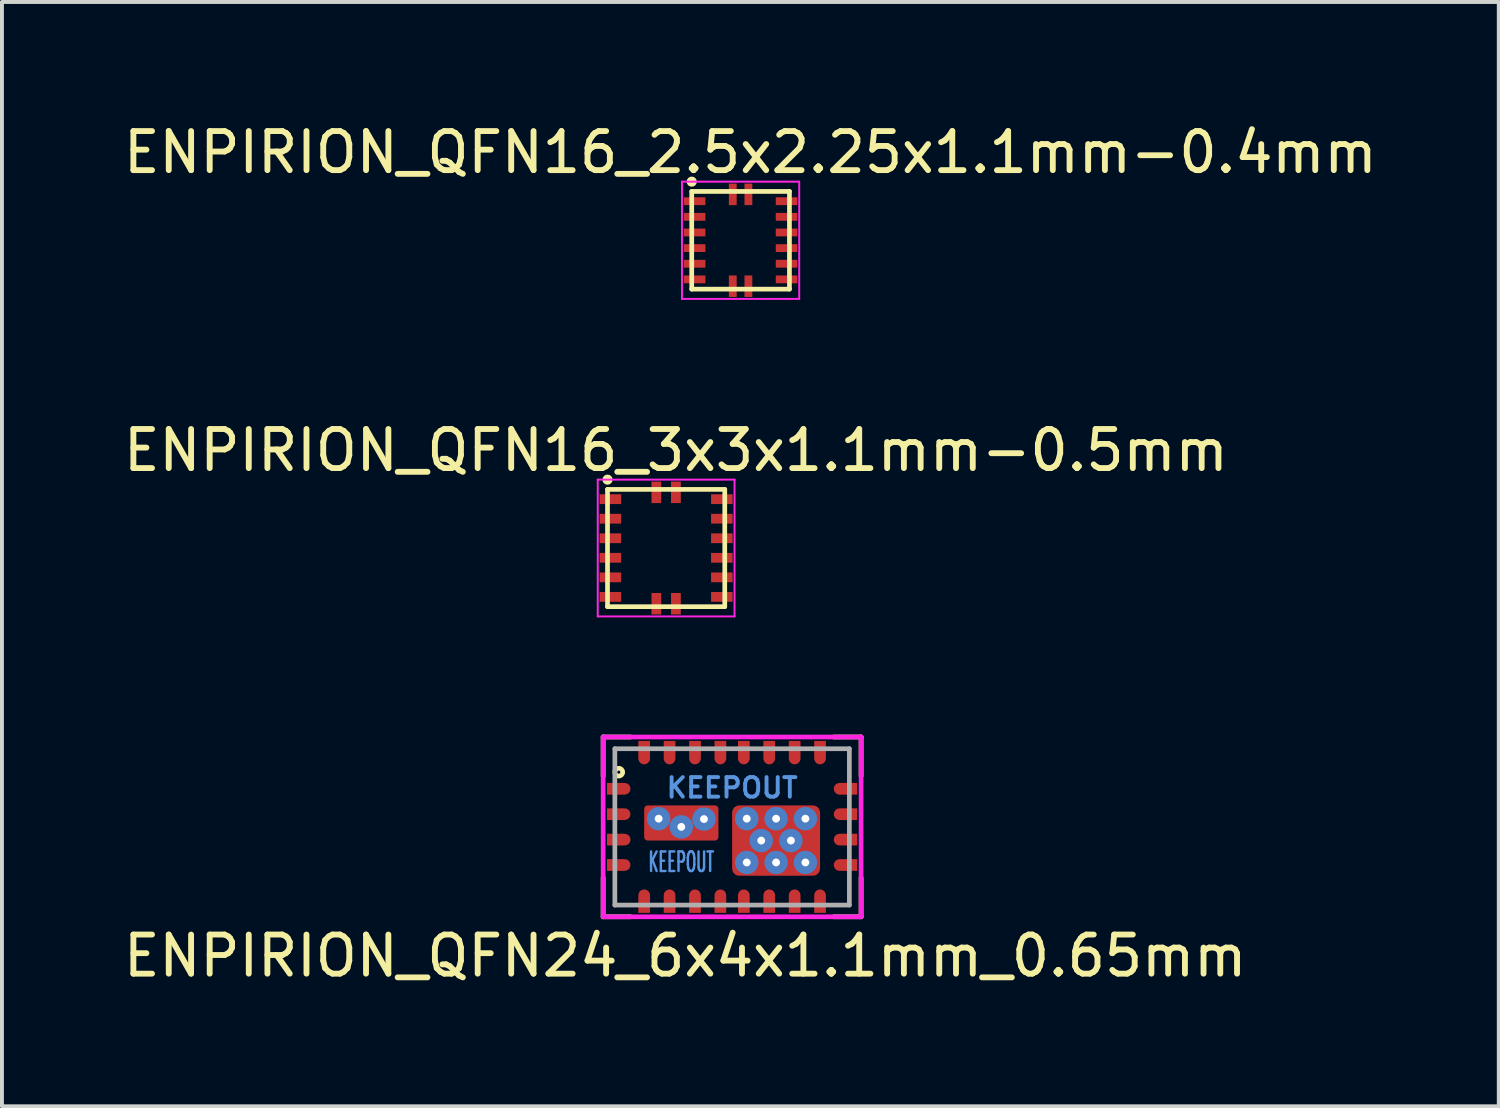
<source format=kicad_pcb>
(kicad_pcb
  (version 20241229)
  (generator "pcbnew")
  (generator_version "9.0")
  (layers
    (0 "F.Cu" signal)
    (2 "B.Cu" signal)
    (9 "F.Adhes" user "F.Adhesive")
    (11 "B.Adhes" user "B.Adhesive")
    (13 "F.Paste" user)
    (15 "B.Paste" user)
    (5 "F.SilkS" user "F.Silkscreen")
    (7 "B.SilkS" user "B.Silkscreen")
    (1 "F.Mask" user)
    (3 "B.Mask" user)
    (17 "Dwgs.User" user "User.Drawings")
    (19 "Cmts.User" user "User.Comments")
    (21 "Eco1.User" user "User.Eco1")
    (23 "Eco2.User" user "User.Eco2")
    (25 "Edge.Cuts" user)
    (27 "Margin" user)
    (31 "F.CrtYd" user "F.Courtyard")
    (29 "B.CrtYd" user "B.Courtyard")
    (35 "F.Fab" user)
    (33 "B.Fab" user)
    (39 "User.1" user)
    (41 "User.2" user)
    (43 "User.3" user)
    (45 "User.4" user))
  (footprint "ENPIRION_QFN24_6x4x1.1mm_0.65mm"
    (layer "F.Cu")
    (at 15.682 18.107)
    (property "Reference" "ENPIRION_QFN24_6x4x1.1mm_0.65mm" (at -1.2 3.3 0) (layer "F.SilkS") (effects (font (size 1 1) (thickness 0.15))))
    (attr smd)
    (fp_line (start -3.3 -2.3) (end -2.6 -2.3) (stroke (width 0.12) (type solid)) (layer "F.SilkS"))
    (fp_line (start -3.3 -1.3) (end -3.3 -2.3) (stroke (width 0.12) (type solid)) (layer "F.SilkS"))
    (fp_line (start -3.3 2.3) (end -3.3 1.3) (stroke (width 0.12) (type solid)) (layer "F.SilkS"))
    (fp_line (start -2.6 2.3) (end -3.3 2.3) (stroke (width 0.12) (type solid)) (layer "F.SilkS"))
    (fp_line (start 2.6 -2.3) (end 3.3 -2.3) (stroke (width 0.12) (type solid)) (layer "F.SilkS"))
    (fp_line (start 3.3 -2.3) (end 3.3 -1.3) (stroke (width 0.12) (type solid)) (layer "F.SilkS"))
    (fp_line (start 3.3 1.3) (end 3.3 2.3) (stroke (width 0.12) (type solid)) (layer "F.SilkS"))
    (fp_line (start 3.3 2.3) (end 2.6 2.3) (stroke (width 0.12) (type solid)) (layer "F.SilkS"))
    (fp_circle (center -2.9 -1.4) (end -2.8 -1.4) (stroke (width 0.12) (type solid)) (fill no) (layer "F.SilkS"))
    (fp_poly (pts (xy -2.3 -1.4) (xy 2.3 -1.4) (xy 2.3 -0.7) (xy -2.3 -0.7)) (stroke (width 0.1) (type solid)) (fill no) (layer "Eco1.User"))
    (fp_poly (pts (xy -2.3 0.5) (xy -0.4 0.5) (xy -0.4 1.3) (xy -2.3 1.3)) (stroke (width 0.1) (type solid)) (fill no) (layer "Eco1.User"))
    (fp_line (start -3.3 -2.3) (end 3.3 -2.3) (stroke (width 0.12) (type solid)) (layer "F.CrtYd"))
    (fp_line (start -3.3 2.3) (end -3.3 -2.3) (stroke (width 0.12) (type solid)) (layer "F.CrtYd"))
    (fp_line (start 3.3 -2.3) (end 3.3 2.3) (stroke (width 0.12) (type solid)) (layer "F.CrtYd"))
    (fp_line (start 3.3 2.3) (end -3.3 2.3) (stroke (width 0.12) (type solid)) (layer "F.CrtYd"))
    (fp_line (start -3 -2) (end 3 -2) (stroke (width 0.12) (type solid)) (layer "F.Fab"))
    (fp_line (start -3 2) (end -3 -2) (stroke (width 0.12) (type solid)) (layer "F.Fab"))
    (fp_line (start 3 -2) (end 3 2) (stroke (width 0.12) (type solid)) (layer "F.Fab"))
    (fp_line (start 3 2) (end -3 2) (stroke (width 0.12) (type solid)) (layer "F.Fab"))
    (fp_text user "KEEPOUT" (at 0 -1 0) (layer "Cmts.User") (effects (font (size 0.5 0.5) (thickness 0.1))))
    (fp_text user "KEEPOUT" (at -1.3 0.9 0) (layer "Cmts.User") (effects (font (size 0.5 0.25) (thickness 0.062))))
    (pad "" smd roundrect (at -1.3 -0.1) (size 0.9 0.57) (layers "F.Paste") (roundrect_rratio 0.1))
    (pad "" smd custom (at 0 0.35) (size 0.01 0.01) (layers "F.Mask") (options (anchor rect)) (primitives (gr_poly (pts (xy -2.323 -0.975) (xy 2.323 -0.975) (xy 2.323 0.975) (xy -0.075 0.975) (xy -0.075 0.075) (xy -2.323 0.075)) (width 0) (fill yes))))
    (pad "" smd roundrect (at 0.65 0.35 90) (size 0.9 0.7) (layers "F.Paste") (roundrect_rratio 0.1))
    (pad "" smd roundrect (at 1.6 0.35 90) (size 0.9 0.7) (layers "F.Paste") (roundrect_rratio 0.1))
    (pad "1" smd custom (at -2.9 -0.975 270) (size 0.1 0.1) (layers "F.Cu" "F.Mask" "F.Paste") (options (anchor rect)) (primitives (gr_poly (pts (xy 0.15 0.3) (xy -0.15 0.3) (xy -0.15 -0.15) (xy 0.15 -0.15)) (width 0) (fill yes)) (gr_circle (center 0 -0.15) (end 0.15 -0.15) (width 0) (fill yes))))
    (pad "2" smd custom (at -2.9 -0.325 270) (size 0.1 0.1) (layers "F.Cu" "F.Mask" "F.Paste") (options (anchor rect)) (primitives (gr_poly (pts (xy 0.15 0.3) (xy -0.15 0.3) (xy -0.15 -0.15) (xy 0.15 -0.15)) (width 0) (fill yes)) (gr_circle (center 0 -0.15) (end 0.15 -0.15) (width 0) (fill yes))))
    (pad "3" smd custom (at -2.9 0.325 270) (size 0.1 0.1) (layers "F.Cu" "F.Mask" "F.Paste") (options (anchor rect)) (primitives (gr_poly (pts (xy 0.15 0.3) (xy -0.15 0.3) (xy -0.15 -0.15) (xy 0.15 -0.15)) (width 0) (fill yes)) (gr_circle (center 0 -0.15) (end 0.15 -0.15) (width 0) (fill yes))))
    (pad "4" smd custom (at -2.9 0.975 270) (size 0.1 0.1) (layers "F.Cu" "F.Mask" "F.Paste") (options (anchor rect)) (primitives (gr_poly (pts (xy 0.15 0.3) (xy -0.15 0.3) (xy -0.15 -0.15) (xy 0.15 -0.15)) (width 0) (fill yes)) (gr_circle (center 0 -0.15) (end 0.15 -0.15) (width 0) (fill yes))))
    (pad "5" smd custom (at -2.25 1.9) (size 0.1 0.1) (layers "F.Cu" "F.Mask" "F.Paste") (options (anchor rect)) (primitives (gr_poly (pts (xy 0.15 0.3) (xy -0.15 0.3) (xy -0.15 -0.15) (xy 0.15 -0.15)) (width 0) (fill yes)) (gr_circle (center 0 -0.15) (end 0.15 -0.15) (width 0) (fill yes))))
    (pad "6" smd custom (at -1.6 1.9) (size 0.1 0.1) (layers "F.Cu" "F.Mask" "F.Paste") (options (anchor rect)) (primitives (gr_poly (pts (xy 0.15 0.3) (xy -0.15 0.3) (xy -0.15 -0.15) (xy 0.15 -0.15)) (width 0) (fill yes)) (gr_circle (center 0 -0.15) (end 0.15 -0.15) (width 0) (fill yes))))
    (pad "7" smd custom (at -0.95 1.9) (size 0.1 0.1) (layers "F.Cu" "F.Mask" "F.Paste") (options (anchor rect)) (primitives (gr_poly (pts (xy 0.15 0.3) (xy -0.15 0.3) (xy -0.15 -0.15) (xy 0.15 -0.15)) (width 0) (fill yes)) (gr_circle (center 0 -0.15) (end 0.15 -0.15) (width 0) (fill yes))))
    (pad "8" smd custom (at -0.3 1.9) (size 0.1 0.1) (layers "F.Cu" "F.Mask" "F.Paste") (options (anchor rect)) (primitives (gr_poly (pts (xy 0.15 0.3) (xy -0.15 0.3) (xy -0.15 -0.15) (xy 0.15 -0.15)) (width 0) (fill yes)) (gr_circle (center 0 -0.15) (end 0.15 -0.15) (width 0) (fill yes))))
    (pad "9" smd custom (at 0.3 1.9) (size 0.1 0.1) (layers "F.Cu" "F.Mask" "F.Paste") (options (anchor rect)) (primitives (gr_poly (pts (xy 0.15 0.3) (xy -0.15 0.3) (xy -0.15 -0.15) (xy 0.15 -0.15)) (width 0) (fill yes)) (gr_circle (center 0 -0.15) (end 0.15 -0.15) (width 0) (fill yes))))
    (pad "10" smd custom (at 0.95 1.9) (size 0.1 0.1) (layers "F.Cu" "F.Mask" "F.Paste") (options (anchor rect)) (primitives (gr_poly (pts (xy 0.15 0.3) (xy -0.15 0.3) (xy -0.15 -0.15) (xy 0.15 -0.15)) (width 0) (fill yes)) (gr_circle (center 0 -0.15) (end 0.15 -0.15) (width 0) (fill yes))))
    (pad "11" smd custom (at 1.6 1.9) (size 0.1 0.1) (layers "F.Cu" "F.Mask" "F.Paste") (options (anchor rect)) (primitives (gr_poly (pts (xy 0.15 0.3) (xy -0.15 0.3) (xy -0.15 -0.15) (xy 0.15 -0.15)) (width 0) (fill yes)) (gr_circle (center 0 -0.15) (end 0.15 -0.15) (width 0) (fill yes))))
    (pad "12" smd custom (at 2.25 1.9) (size 0.1 0.1) (layers "F.Cu" "F.Mask" "F.Paste") (options (anchor rect)) (primitives (gr_poly (pts (xy 0.15 0.3) (xy -0.15 0.3) (xy -0.15 -0.15) (xy 0.15 -0.15)) (width 0) (fill yes)) (gr_circle (center 0 -0.15) (end 0.15 -0.15) (width 0) (fill yes))))
    (pad "13" smd custom (at 2.9 0.975 90) (size 0.1 0.1) (layers "F.Cu" "F.Mask" "F.Paste") (options (anchor rect)) (primitives (gr_poly (pts (xy 0.15 0.3) (xy -0.15 0.3) (xy -0.15 -0.15) (xy 0.15 -0.15)) (width 0) (fill yes)) (gr_circle (center 0 -0.15) (end 0.15 -0.15) (width 0) (fill yes))))
    (pad "14" smd custom (at 2.9 0.325 90) (size 0.1 0.1) (layers "F.Cu" "F.Mask" "F.Paste") (options (anchor rect)) (primitives (gr_poly (pts (xy 0.15 0.3) (xy -0.15 0.3) (xy -0.15 -0.15) (xy 0.15 -0.15)) (width 0) (fill yes)) (gr_circle (center 0 -0.15) (end 0.15 -0.15) (width 0) (fill yes))))
    (pad "15" smd custom (at 2.9 -0.325 90) (size 0.1 0.1) (layers "F.Cu" "F.Mask" "F.Paste") (options (anchor rect)) (primitives (gr_poly (pts (xy 0.15 0.3) (xy -0.15 0.3) (xy -0.15 -0.15) (xy 0.15 -0.15)) (width 0) (fill yes)) (gr_circle (center 0 -0.15) (end 0.15 -0.15) (width 0) (fill yes))))
    (pad "16" smd custom (at 2.9 -0.975 90) (size 0.1 0.1) (layers "F.Cu" "F.Mask" "F.Paste") (options (anchor rect)) (primitives (gr_poly (pts (xy 0.15 0.3) (xy -0.15 0.3) (xy -0.15 -0.15) (xy 0.15 -0.15)) (width 0) (fill yes)) (gr_circle (center 0 -0.15) (end 0.15 -0.15) (width 0) (fill yes))))
    (pad "17" smd custom (at 2.25 -1.9 180) (size 0.1 0.1) (layers "F.Cu" "F.Mask" "F.Paste") (options (anchor rect)) (primitives (gr_poly (pts (xy 0.15 0.3) (xy -0.15 0.3) (xy -0.15 -0.15) (xy 0.15 -0.15)) (width 0) (fill yes)) (gr_circle (center 0 -0.15) (end 0.15 -0.15) (width 0) (fill yes))))
    (pad "18" smd custom (at 1.6 -1.9 180) (size 0.1 0.1) (layers "F.Cu" "F.Mask" "F.Paste") (options (anchor rect)) (primitives (gr_poly (pts (xy 0.15 0.3) (xy -0.15 0.3) (xy -0.15 -0.15) (xy 0.15 -0.15)) (width 0) (fill yes)) (gr_circle (center 0 -0.15) (end 0.15 -0.15) (width 0) (fill yes))))
    (pad "19" smd custom (at 0.95 -1.9 180) (size 0.1 0.1) (layers "F.Cu" "F.Mask" "F.Paste") (options (anchor rect)) (primitives (gr_poly (pts (xy 0.15 0.3) (xy -0.15 0.3) (xy -0.15 -0.15) (xy 0.15 -0.15)) (width 0) (fill yes)) (gr_circle (center 0 -0.15) (end 0.15 -0.15) (width 0) (fill yes))))
    (pad "20" smd custom (at 0.3 -1.9 180) (size 0.1 0.1) (layers "F.Cu" "F.Mask" "F.Paste") (options (anchor rect)) (primitives (gr_poly (pts (xy 0.15 0.3) (xy -0.15 0.3) (xy -0.15 -0.15) (xy 0.15 -0.15)) (width 0) (fill yes)) (gr_circle (center 0 -0.15) (end 0.15 -0.15) (width 0) (fill yes))))
    (pad "21" smd custom (at -0.3 -1.9 180) (size 0.1 0.1) (layers "F.Cu" "F.Mask" "F.Paste") (options (anchor rect)) (primitives (gr_poly (pts (xy 0.15 0.3) (xy -0.15 0.3) (xy -0.15 -0.15) (xy 0.15 -0.15)) (width 0) (fill yes)) (gr_circle (center 0 -0.15) (end 0.15 -0.15) (width 0) (fill yes))))
    (pad "22" smd custom (at -0.95 -1.9 180) (size 0.1 0.1) (layers "F.Cu" "F.Mask" "F.Paste") (options (anchor rect)) (primitives (gr_poly (pts (xy 0.15 0.3) (xy -0.15 0.3) (xy -0.15 -0.15) (xy 0.15 -0.15)) (width 0) (fill yes)) (gr_circle (center 0 -0.15) (end 0.15 -0.15) (width 0) (fill yes))))
    (pad "23" smd custom (at -1.6 -1.9 180) (size 0.1 0.1) (layers "F.Cu" "F.Mask" "F.Paste") (options (anchor rect)) (primitives (gr_poly (pts (xy 0.15 0.3) (xy -0.15 0.3) (xy -0.15 -0.15) (xy 0.15 -0.15)) (width 0) (fill yes)) (gr_circle (center 0 -0.15) (end 0.15 -0.15) (width 0) (fill yes))))
    (pad "24" smd custom (at -2.25 -1.9 180) (size 0.1 0.1) (layers "F.Cu" "F.Mask" "F.Paste") (options (anchor rect)) (primitives (gr_poly (pts (xy 0.15 0.3) (xy -0.15 0.3) (xy -0.15 -0.15) (xy 0.15 -0.15)) (width 0) (fill yes)) (gr_circle (center 0 -0.15) (end 0.15 -0.15) (width 0) (fill yes))))
    (pad "25" thru_hole circle (at -1.88 -0.21) (size 0.6 0.6) (drill 0.2) (layers "*.Cu" "B.Mask"))
    (pad "25" smd roundrect (at -1.3 -0.1) (size 1.9 0.9) (layers "F.Cu") (roundrect_rratio 0.1))
    (pad "25" thru_hole circle (at -1.3 0) (size 0.6 0.6) (drill 0.2) (layers "*.Cu" "B.Mask"))
    (pad "25" thru_hole circle (at -0.72 -0.2) (size 0.6 0.6) (drill 0.2) (layers "*.Cu" "B.Mask"))
    (pad "26" thru_hole circle (at 0.375 -0.21) (size 0.6 0.6) (drill 0.2) (layers "*.Cu" "B.Mask"))
    (pad "26" thru_hole circle (at 0.375 0.91) (size 0.6 0.6) (drill 0.2) (layers "*.Cu" "B.Mask"))
    (pad "26" thru_hole circle (at 0.745 0.35) (size 0.6 0.6) (drill 0.2) (layers "*.Cu" "B.Mask"))
    (pad "26" thru_hole circle (at 1.125 -0.21) (size 0.6 0.6) (drill 0.2) (layers "*.Cu" "B.Mask"))
    (pad "26" smd roundrect (at 1.125 0.35) (size 2.25 1.8) (layers "F.Cu") (roundrect_rratio 0.1))
    (pad "26" thru_hole circle (at 1.125 0.91) (size 0.6 0.6) (drill 0.2) (layers "*.Cu" "B.Mask"))
    (pad "26" thru_hole circle (at 1.505 0.35) (size 0.6 0.6) (drill 0.2) (layers "*.Cu" "B.Mask"))
    (pad "26" thru_hole circle (at 1.875 -0.21) (size 0.6 0.6) (drill 0.2) (layers "*.Cu" "B.Mask"))
    (pad "26" thru_hole circle (at 1.875 0.91) (size 0.6 0.6) (drill 0.2) (layers "*.Cu" "B.Mask")))
  (footprint "ENPIRION_QFN16_3x3x1.1mm-0.5mm"
    (layer "F.Cu")
    (at 13.994 10.972)
    (property "Reference" "ENPIRION_QFN16_3x3x1.1mm-0.5mm" (at 0.25 -2.5 0) (layer "F.SilkS") (effects (font (size 1 1) (thickness 0.15))))
    (attr smd)
    (fp_line (start -1.5 -1.5) (end 1.5 -1.5) (stroke (width 0.12) (type solid)) (layer "F.SilkS"))
    (fp_line (start -1.5 1.5) (end -1.5 -1.5) (stroke (width 0.12) (type solid)) (layer "F.SilkS"))
    (fp_line (start 1.5 -1.5) (end 1.5 1.5) (stroke (width 0.12) (type solid)) (layer "F.SilkS"))
    (fp_line (start 1.5 1.5) (end -1.5 1.5) (stroke (width 0.12) (type solid)) (layer "F.SilkS"))
    (fp_circle (center -1.5 -1.75) (end -1.49 -1.75) (stroke (width 0.12) (type solid)) (fill no) (layer "F.SilkS"))
    (fp_line (start -1.75 -1.75) (end 1.75 -1.75) (stroke (width 0.05) (type solid)) (layer "F.CrtYd"))
    (fp_line (start -1.75 1.75) (end -1.75 -1.75) (stroke (width 0.05) (type solid)) (layer "F.CrtYd"))
    (fp_line (start 1.75 -1.75) (end 1.75 1.75) (stroke (width 0.05) (type solid)) (layer "F.CrtYd"))
    (fp_line (start 1.75 1.75) (end -1.75 1.75) (stroke (width 0.05) (type solid)) (layer "F.CrtYd"))
    (pad "1" smd rect (at -1.425 -1.25 90) (size 0.25 0.55) (layers "F.Cu" "F.Mask" "F.Paste"))
    (pad "2" smd rect (at -1.425 -0.75) (size 0.55 0.25) (layers "F.Cu" "F.Mask" "F.Paste"))
    (pad "3" smd rect (at -1.425 -0.25) (size 0.55 0.25) (layers "F.Cu" "F.Mask" "F.Paste"))
    (pad "4" smd rect (at -1.425 0.25) (size 0.55 0.25) (layers "F.Cu" "F.Mask" "F.Paste"))
    (pad "5" smd rect (at -1.425 0.75) (size 0.55 0.25) (layers "F.Cu" "F.Mask" "F.Paste"))
    (pad "6" smd rect (at -1.425 1.25) (size 0.55 0.25) (layers "F.Cu" "F.Mask" "F.Paste"))
    (pad "7" smd rect (at -0.25 1.425 90) (size 0.55 0.25) (layers "F.Cu" "F.Mask" "F.Paste"))
    (pad "8" smd rect (at 0.25 1.425 90) (size 0.55 0.25) (layers "F.Cu" "F.Mask" "F.Paste"))
    (pad "9" smd rect (at 1.425 1.25) (size 0.55 0.25) (layers "F.Cu" "F.Mask" "F.Paste"))
    (pad "10" smd rect (at 1.425 0.75) (size 0.55 0.25) (layers "F.Cu" "F.Mask" "F.Paste"))
    (pad "11" smd rect (at 1.425 0.25) (size 0.55 0.25) (layers "F.Cu" "F.Mask" "F.Paste"))
    (pad "12" smd rect (at 1.425 -0.25) (size 0.55 0.25) (layers "F.Cu" "F.Mask" "F.Paste"))
    (pad "13" smd rect (at 1.425 -0.75) (size 0.55 0.25) (layers "F.Cu" "F.Mask" "F.Paste"))
    (pad "14" smd rect (at 1.425 -1.25) (size 0.55 0.25) (layers "F.Cu" "F.Mask" "F.Paste"))
    (pad "15" smd rect (at 0.25 -1.425 90) (size 0.55 0.25) (layers "F.Cu" "F.Mask" "F.Paste"))
    (pad "16" smd rect (at -0.25 -1.425 90) (size 0.55 0.25) (layers "F.Cu" "F.Mask" "F.Paste")))
  (footprint "ENPIRION_QFN16_2.5x2.25x1.1mm-0.4mm"
    (layer "F.Cu")
    (at 15.899 3.098)
    (property "Reference" "ENPIRION_QFN16_2.5x2.25x1.1mm-0.4mm" (at 0.25 -2.25 0) (layer "F.SilkS") (effects (font (size 1 1) (thickness 0.15))))
    (attr smd)
    (fp_line (start -1.25 -1.25) (end 1.25 -1.25) (stroke (width 0.12) (type solid)) (layer "F.SilkS"))
    (fp_line (start -1.25 1.25) (end -1.25 -1.25) (stroke (width 0.12) (type solid)) (layer "F.SilkS"))
    (fp_line (start 1.25 -1.25) (end 1.25 1.25) (stroke (width 0.12) (type solid)) (layer "F.SilkS"))
    (fp_line (start 1.25 1.25) (end -1.25 1.25) (stroke (width 0.12) (type solid)) (layer "F.SilkS"))
    (fp_circle (center -1.25 -1.5) (end -1.24 -1.5) (stroke (width 0.12) (type solid)) (fill no) (layer "F.SilkS"))
    (fp_line (start -1.5 -1.5) (end 1.5 -1.5) (stroke (width 0.05) (type solid)) (layer "F.CrtYd"))
    (fp_line (start -1.5 1.5) (end -1.5 -1.5) (stroke (width 0.05) (type solid)) (layer "F.CrtYd"))
    (fp_line (start 1.5 -1.5) (end 1.5 1.5) (stroke (width 0.05) (type solid)) (layer "F.CrtYd"))
    (fp_line (start 1.5 1.5) (end -1.5 1.5) (stroke (width 0.05) (type solid)) (layer "F.CrtYd"))
    (pad "1" smd rect (at -1.175 -1 90) (size 0.2 0.55) (layers "F.Cu" "F.Mask" "F.Paste"))
    (pad "2" smd rect (at -1.175 -0.6 90) (size 0.2 0.55) (layers "F.Cu" "F.Mask" "F.Paste"))
    (pad "3" smd rect (at -1.175 -0.2 90) (size 0.2 0.55) (layers "F.Cu" "F.Mask" "F.Paste"))
    (pad "4" smd rect (at -1.175 0.2 90) (size 0.2 0.55) (layers "F.Cu" "F.Mask" "F.Paste"))
    (pad "5" smd rect (at -1.175 0.6 90) (size 0.2 0.55) (layers "F.Cu" "F.Mask" "F.Paste"))
    (pad "6" smd rect (at -1.175 1 90) (size 0.2 0.55) (layers "F.Cu" "F.Mask" "F.Paste"))
    (pad "7" smd rect (at -0.2 1.175 180) (size 0.2 0.55) (layers "F.Cu" "F.Mask" "F.Paste"))
    (pad "8" smd rect (at 0.2 1.175 180) (size 0.2 0.55) (layers "F.Cu" "F.Mask" "F.Paste"))
    (pad "9" smd rect (at 1.175 1 90) (size 0.2 0.55) (layers "F.Cu" "F.Mask" "F.Paste"))
    (pad "10" smd rect (at 1.175 0.6 90) (size 0.2 0.55) (layers "F.Cu" "F.Mask" "F.Paste"))
    (pad "11" smd rect (at 1.175 0.2 90) (size 0.2 0.55) (layers "F.Cu" "F.Mask" "F.Paste"))
    (pad "12" smd rect (at 1.175 -0.2 90) (size 0.2 0.55) (layers "F.Cu" "F.Mask" "F.Paste"))
    (pad "13" smd rect (at 1.175 -0.6 90) (size 0.2 0.55) (layers "F.Cu" "F.Mask" "F.Paste"))
    (pad "14" smd rect (at 1.175 -1 90) (size 0.2 0.55) (layers "F.Cu" "F.Mask" "F.Paste"))
    (pad "15" smd rect (at 0.2 -1.175 180) (size 0.2 0.55) (layers "F.Cu" "F.Mask" "F.Paste"))
    (pad "16" smd rect (at -0.2 -1.175 180) (size 0.2 0.55) (layers "F.Cu" "F.Mask" "F.Paste")))
  (gr_rect
    (start -3 -3)
    (end 35.298 25.255)
    (stroke (width 0.1) (type default))
    (fill no)
    (layer "Edge.Cuts")))
</source>
